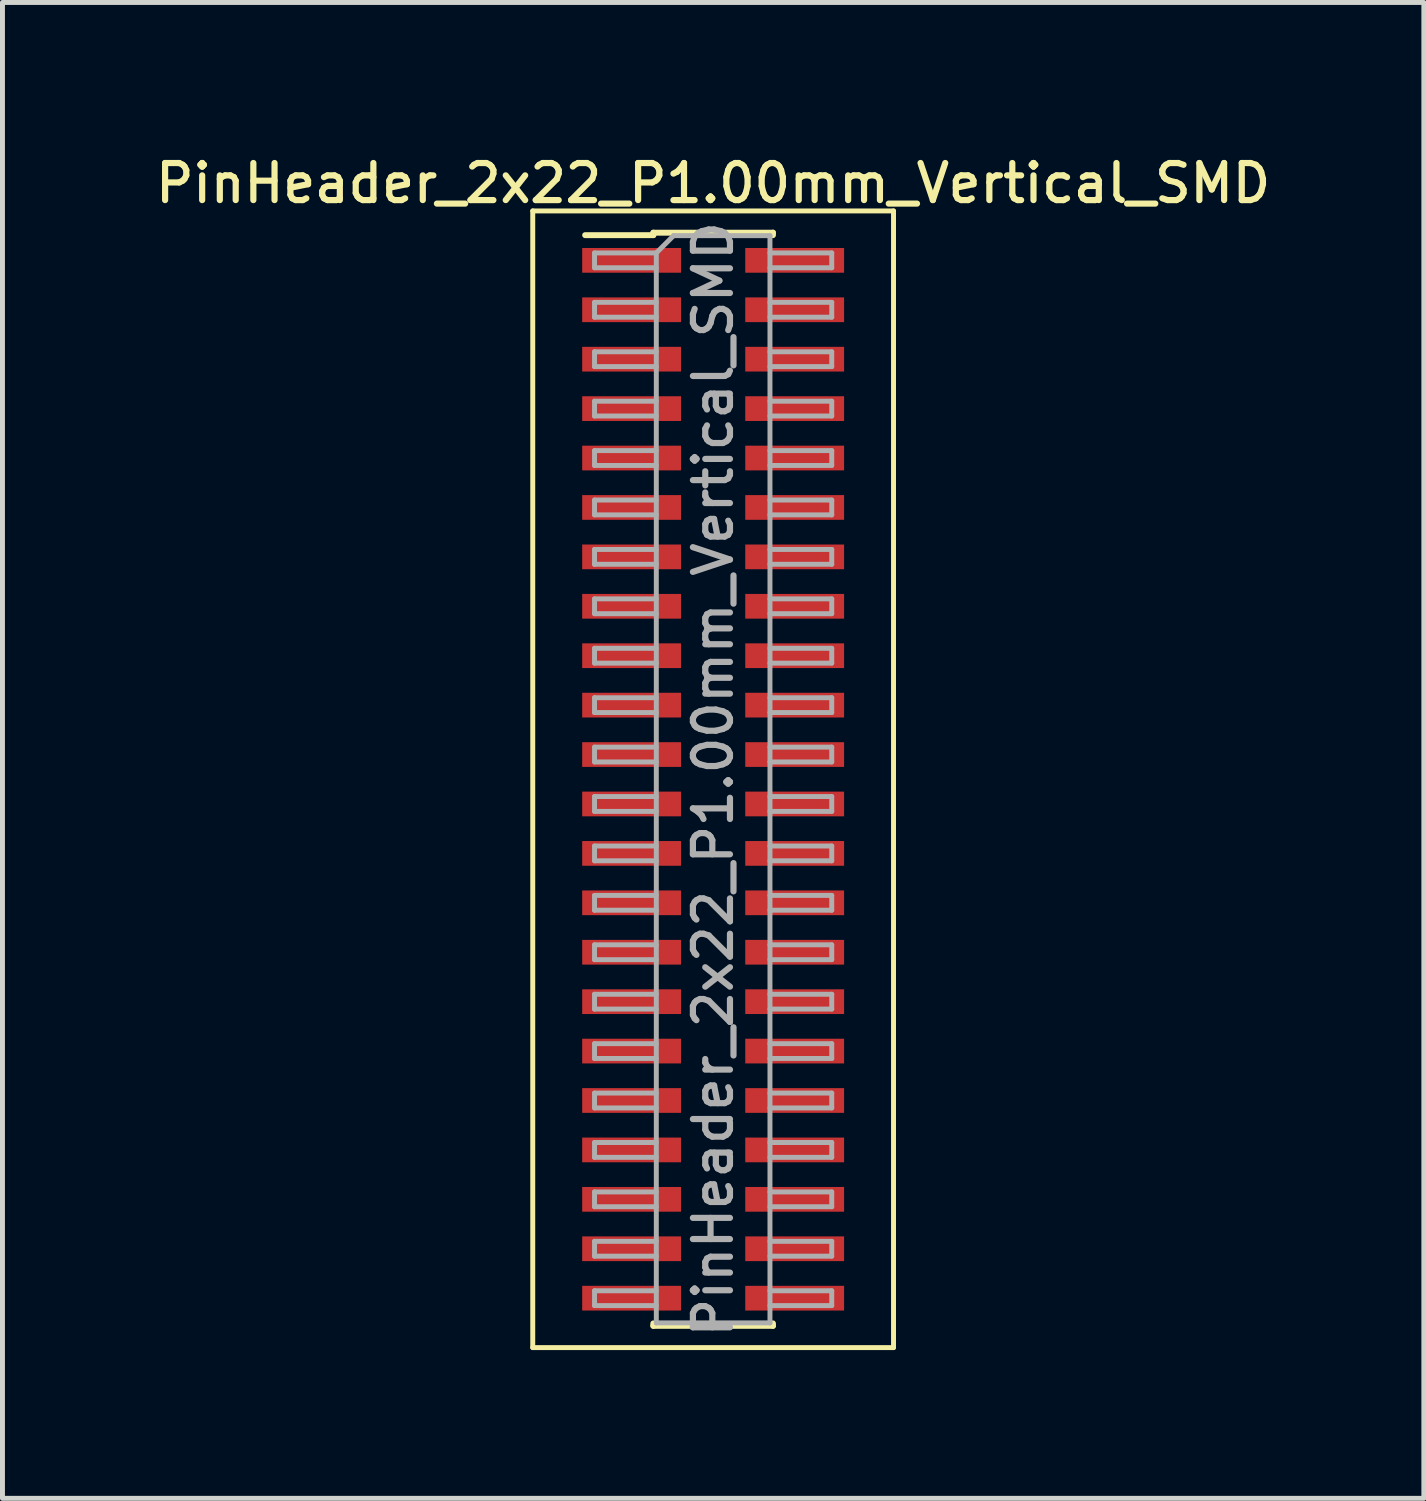
<source format=kicad_pcb>
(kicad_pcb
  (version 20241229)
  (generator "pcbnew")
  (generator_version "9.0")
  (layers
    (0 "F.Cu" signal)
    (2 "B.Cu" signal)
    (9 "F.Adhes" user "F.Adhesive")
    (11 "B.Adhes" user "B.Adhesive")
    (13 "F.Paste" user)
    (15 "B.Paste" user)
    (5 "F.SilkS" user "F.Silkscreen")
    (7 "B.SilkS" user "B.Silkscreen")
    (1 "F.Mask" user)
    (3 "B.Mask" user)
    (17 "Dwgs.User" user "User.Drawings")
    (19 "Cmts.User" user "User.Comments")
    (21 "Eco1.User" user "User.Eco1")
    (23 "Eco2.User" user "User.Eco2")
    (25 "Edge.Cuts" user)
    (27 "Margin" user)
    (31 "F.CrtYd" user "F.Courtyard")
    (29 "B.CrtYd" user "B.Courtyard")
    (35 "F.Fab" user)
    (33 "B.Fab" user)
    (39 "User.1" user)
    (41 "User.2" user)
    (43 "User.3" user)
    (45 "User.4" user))
  (footprint "PinHeader_2x22_P1.00mm_Vertical_SMD"
    (layer "F.Cu")
    (at 11.38 12.718)
    (property "Reference" "PinHeader_2x22_P1.00mm_Vertical_SMD" (at 0 -12.06 0) (layer "F.SilkS") (effects (font (size 0.75 0.75) (thickness 0.125))))
    (attr smd)
    (fp_line (start -3.65 -11.5) (end -3.65 11.5) (stroke (width 0.1) (type solid)) (layer "F.SilkS"))
    (fp_line (start -3.65 11.5) (end 3.65 11.5) (stroke (width 0.1) (type solid)) (layer "F.SilkS"))
    (fp_line (start -2.59 -11.01) (end -1.21 -11.01) (stroke (width 0.12) (type solid)) (layer "F.SilkS"))
    (fp_line (start -1.21 -11.06) (end -1.21 -11.01) (stroke (width 0.12) (type solid)) (layer "F.SilkS"))
    (fp_line (start -1.21 -11.06) (end 1.21 -11.06) (stroke (width 0.12) (type solid)) (layer "F.SilkS"))
    (fp_line (start -1.21 11.01) (end -1.21 11.06) (stroke (width 0.12) (type solid)) (layer "F.SilkS"))
    (fp_line (start -1.21 11.06) (end 1.21 11.06) (stroke (width 0.12) (type solid)) (layer "F.SilkS"))
    (fp_line (start 1.21 -11.06) (end 1.21 -11.01) (stroke (width 0.12) (type solid)) (layer "F.SilkS"))
    (fp_line (start 1.21 11.01) (end 1.21 11.06) (stroke (width 0.12) (type solid)) (layer "F.SilkS"))
    (fp_line (start 3.65 -11.5) (end -3.65 -11.5) (stroke (width 0.1) (type solid)) (layer "F.SilkS"))
    (fp_line (start 3.65 11.5) (end 3.65 -11.5) (stroke (width 0.1) (type solid)) (layer "F.SilkS"))
    (fp_line (start -2.4 -10.65) (end -2.4 -10.35) (stroke (width 0.1) (type solid)) (layer "F.Fab"))
    (fp_line (start -2.4 -10.35) (end -1.15 -10.35) (stroke (width 0.1) (type solid)) (layer "F.Fab"))
    (fp_line (start -2.4 -9.65) (end -2.4 -9.35) (stroke (width 0.1) (type solid)) (layer "F.Fab"))
    (fp_line (start -2.4 -9.35) (end -1.15 -9.35) (stroke (width 0.1) (type solid)) (layer "F.Fab"))
    (fp_line (start -2.4 -8.65) (end -2.4 -8.35) (stroke (width 0.1) (type solid)) (layer "F.Fab"))
    (fp_line (start -2.4 -8.35) (end -1.15 -8.35) (stroke (width 0.1) (type solid)) (layer "F.Fab"))
    (fp_line (start -2.4 -7.65) (end -2.4 -7.35) (stroke (width 0.1) (type solid)) (layer "F.Fab"))
    (fp_line (start -2.4 -7.35) (end -1.15 -7.35) (stroke (width 0.1) (type solid)) (layer "F.Fab"))
    (fp_line (start -2.4 -6.65) (end -2.4 -6.35) (stroke (width 0.1) (type solid)) (layer "F.Fab"))
    (fp_line (start -2.4 -6.35) (end -1.15 -6.35) (stroke (width 0.1) (type solid)) (layer "F.Fab"))
    (fp_line (start -2.4 -5.65) (end -2.4 -5.35) (stroke (width 0.1) (type solid)) (layer "F.Fab"))
    (fp_line (start -2.4 -5.35) (end -1.15 -5.35) (stroke (width 0.1) (type solid)) (layer "F.Fab"))
    (fp_line (start -2.4 -4.65) (end -2.4 -4.35) (stroke (width 0.1) (type solid)) (layer "F.Fab"))
    (fp_line (start -2.4 -4.35) (end -1.15 -4.35) (stroke (width 0.1) (type solid)) (layer "F.Fab"))
    (fp_line (start -2.4 -3.65) (end -2.4 -3.35) (stroke (width 0.1) (type solid)) (layer "F.Fab"))
    (fp_line (start -2.4 -3.35) (end -1.15 -3.35) (stroke (width 0.1) (type solid)) (layer "F.Fab"))
    (fp_line (start -2.4 -2.65) (end -2.4 -2.35) (stroke (width 0.1) (type solid)) (layer "F.Fab"))
    (fp_line (start -2.4 -2.35) (end -1.15 -2.35) (stroke (width 0.1) (type solid)) (layer "F.Fab"))
    (fp_line (start -2.4 -1.65) (end -2.4 -1.35) (stroke (width 0.1) (type solid)) (layer "F.Fab"))
    (fp_line (start -2.4 -1.35) (end -1.15 -1.35) (stroke (width 0.1) (type solid)) (layer "F.Fab"))
    (fp_line (start -2.4 -0.65) (end -2.4 -0.35) (stroke (width 0.1) (type solid)) (layer "F.Fab"))
    (fp_line (start -2.4 -0.35) (end -1.15 -0.35) (stroke (width 0.1) (type solid)) (layer "F.Fab"))
    (fp_line (start -2.4 0.35) (end -2.4 0.65) (stroke (width 0.1) (type solid)) (layer "F.Fab"))
    (fp_line (start -2.4 0.65) (end -1.15 0.65) (stroke (width 0.1) (type solid)) (layer "F.Fab"))
    (fp_line (start -2.4 1.35) (end -2.4 1.65) (stroke (width 0.1) (type solid)) (layer "F.Fab"))
    (fp_line (start -2.4 1.65) (end -1.15 1.65) (stroke (width 0.1) (type solid)) (layer "F.Fab"))
    (fp_line (start -2.4 2.35) (end -2.4 2.65) (stroke (width 0.1) (type solid)) (layer "F.Fab"))
    (fp_line (start -2.4 2.65) (end -1.15 2.65) (stroke (width 0.1) (type solid)) (layer "F.Fab"))
    (fp_line (start -2.4 3.35) (end -2.4 3.65) (stroke (width 0.1) (type solid)) (layer "F.Fab"))
    (fp_line (start -2.4 3.65) (end -1.15 3.65) (stroke (width 0.1) (type solid)) (layer "F.Fab"))
    (fp_line (start -2.4 4.35) (end -2.4 4.65) (stroke (width 0.1) (type solid)) (layer "F.Fab"))
    (fp_line (start -2.4 4.65) (end -1.15 4.65) (stroke (width 0.1) (type solid)) (layer "F.Fab"))
    (fp_line (start -2.4 5.35) (end -2.4 5.65) (stroke (width 0.1) (type solid)) (layer "F.Fab"))
    (fp_line (start -2.4 5.65) (end -1.15 5.65) (stroke (width 0.1) (type solid)) (layer "F.Fab"))
    (fp_line (start -2.4 6.35) (end -2.4 6.65) (stroke (width 0.1) (type solid)) (layer "F.Fab"))
    (fp_line (start -2.4 6.65) (end -1.15 6.65) (stroke (width 0.1) (type solid)) (layer "F.Fab"))
    (fp_line (start -2.4 7.35) (end -2.4 7.65) (stroke (width 0.1) (type solid)) (layer "F.Fab"))
    (fp_line (start -2.4 7.65) (end -1.15 7.65) (stroke (width 0.1) (type solid)) (layer "F.Fab"))
    (fp_line (start -2.4 8.35) (end -2.4 8.65) (stroke (width 0.1) (type solid)) (layer "F.Fab"))
    (fp_line (start -2.4 8.65) (end -1.15 8.65) (stroke (width 0.1) (type solid)) (layer "F.Fab"))
    (fp_line (start -2.4 9.35) (end -2.4 9.65) (stroke (width 0.1) (type solid)) (layer "F.Fab"))
    (fp_line (start -2.4 9.65) (end -1.15 9.65) (stroke (width 0.1) (type solid)) (layer "F.Fab"))
    (fp_line (start -2.4 10.35) (end -2.4 10.65) (stroke (width 0.1) (type solid)) (layer "F.Fab"))
    (fp_line (start -2.4 10.65) (end -1.15 10.65) (stroke (width 0.1) (type solid)) (layer "F.Fab"))
    (fp_line (start -1.15 -10.65) (end -2.4 -10.65) (stroke (width 0.1) (type solid)) (layer "F.Fab"))
    (fp_line (start -1.15 -10.65) (end -0.8 -11) (stroke (width 0.1) (type solid)) (layer "F.Fab"))
    (fp_line (start -1.15 -9.65) (end -2.4 -9.65) (stroke (width 0.1) (type solid)) (layer "F.Fab"))
    (fp_line (start -1.15 -8.65) (end -2.4 -8.65) (stroke (width 0.1) (type solid)) (layer "F.Fab"))
    (fp_line (start -1.15 -7.65) (end -2.4 -7.65) (stroke (width 0.1) (type solid)) (layer "F.Fab"))
    (fp_line (start -1.15 -6.65) (end -2.4 -6.65) (stroke (width 0.1) (type solid)) (layer "F.Fab"))
    (fp_line (start -1.15 -5.65) (end -2.4 -5.65) (stroke (width 0.1) (type solid)) (layer "F.Fab"))
    (fp_line (start -1.15 -4.65) (end -2.4 -4.65) (stroke (width 0.1) (type solid)) (layer "F.Fab"))
    (fp_line (start -1.15 -3.65) (end -2.4 -3.65) (stroke (width 0.1) (type solid)) (layer "F.Fab"))
    (fp_line (start -1.15 -2.65) (end -2.4 -2.65) (stroke (width 0.1) (type solid)) (layer "F.Fab"))
    (fp_line (start -1.15 -1.65) (end -2.4 -1.65) (stroke (width 0.1) (type solid)) (layer "F.Fab"))
    (fp_line (start -1.15 -0.65) (end -2.4 -0.65) (stroke (width 0.1) (type solid)) (layer "F.Fab"))
    (fp_line (start -1.15 0.35) (end -2.4 0.35) (stroke (width 0.1) (type solid)) (layer "F.Fab"))
    (fp_line (start -1.15 1.35) (end -2.4 1.35) (stroke (width 0.1) (type solid)) (layer "F.Fab"))
    (fp_line (start -1.15 2.35) (end -2.4 2.35) (stroke (width 0.1) (type solid)) (layer "F.Fab"))
    (fp_line (start -1.15 3.35) (end -2.4 3.35) (stroke (width 0.1) (type solid)) (layer "F.Fab"))
    (fp_line (start -1.15 4.35) (end -2.4 4.35) (stroke (width 0.1) (type solid)) (layer "F.Fab"))
    (fp_line (start -1.15 5.35) (end -2.4 5.35) (stroke (width 0.1) (type solid)) (layer "F.Fab"))
    (fp_line (start -1.15 6.35) (end -2.4 6.35) (stroke (width 0.1) (type solid)) (layer "F.Fab"))
    (fp_line (start -1.15 7.35) (end -2.4 7.35) (stroke (width 0.1) (type solid)) (layer "F.Fab"))
    (fp_line (start -1.15 8.35) (end -2.4 8.35) (stroke (width 0.1) (type solid)) (layer "F.Fab"))
    (fp_line (start -1.15 9.35) (end -2.4 9.35) (stroke (width 0.1) (type solid)) (layer "F.Fab"))
    (fp_line (start -1.15 10.35) (end -2.4 10.35) (stroke (width 0.1) (type solid)) (layer "F.Fab"))
    (fp_line (start -1.15 11) (end -1.15 -10.65) (stroke (width 0.1) (type solid)) (layer "F.Fab"))
    (fp_line (start -0.8 -11) (end 1.15 -11) (stroke (width 0.1) (type solid)) (layer "F.Fab"))
    (fp_line (start 1.15 -11) (end 1.15 11) (stroke (width 0.1) (type solid)) (layer "F.Fab"))
    (fp_line (start 1.15 -10.65) (end 2.4 -10.65) (stroke (width 0.1) (type solid)) (layer "F.Fab"))
    (fp_line (start 1.15 -9.65) (end 2.4 -9.65) (stroke (width 0.1) (type solid)) (layer "F.Fab"))
    (fp_line (start 1.15 -8.65) (end 2.4 -8.65) (stroke (width 0.1) (type solid)) (layer "F.Fab"))
    (fp_line (start 1.15 -7.65) (end 2.4 -7.65) (stroke (width 0.1) (type solid)) (layer "F.Fab"))
    (fp_line (start 1.15 -6.65) (end 2.4 -6.65) (stroke (width 0.1) (type solid)) (layer "F.Fab"))
    (fp_line (start 1.15 -5.65) (end 2.4 -5.65) (stroke (width 0.1) (type solid)) (layer "F.Fab"))
    (fp_line (start 1.15 -4.65) (end 2.4 -4.65) (stroke (width 0.1) (type solid)) (layer "F.Fab"))
    (fp_line (start 1.15 -3.65) (end 2.4 -3.65) (stroke (width 0.1) (type solid)) (layer "F.Fab"))
    (fp_line (start 1.15 -2.65) (end 2.4 -2.65) (stroke (width 0.1) (type solid)) (layer "F.Fab"))
    (fp_line (start 1.15 -1.65) (end 2.4 -1.65) (stroke (width 0.1) (type solid)) (layer "F.Fab"))
    (fp_line (start 1.15 -0.65) (end 2.4 -0.65) (stroke (width 0.1) (type solid)) (layer "F.Fab"))
    (fp_line (start 1.15 0.35) (end 2.4 0.35) (stroke (width 0.1) (type solid)) (layer "F.Fab"))
    (fp_line (start 1.15 1.35) (end 2.4 1.35) (stroke (width 0.1) (type solid)) (layer "F.Fab"))
    (fp_line (start 1.15 2.35) (end 2.4 2.35) (stroke (width 0.1) (type solid)) (layer "F.Fab"))
    (fp_line (start 1.15 3.35) (end 2.4 3.35) (stroke (width 0.1) (type solid)) (layer "F.Fab"))
    (fp_line (start 1.15 4.35) (end 2.4 4.35) (stroke (width 0.1) (type solid)) (layer "F.Fab"))
    (fp_line (start 1.15 5.35) (end 2.4 5.35) (stroke (width 0.1) (type solid)) (layer "F.Fab"))
    (fp_line (start 1.15 6.35) (end 2.4 6.35) (stroke (width 0.1) (type solid)) (layer "F.Fab"))
    (fp_line (start 1.15 7.35) (end 2.4 7.35) (stroke (width 0.1) (type solid)) (layer "F.Fab"))
    (fp_line (start 1.15 8.35) (end 2.4 8.35) (stroke (width 0.1) (type solid)) (layer "F.Fab"))
    (fp_line (start 1.15 9.35) (end 2.4 9.35) (stroke (width 0.1) (type solid)) (layer "F.Fab"))
    (fp_line (start 1.15 10.35) (end 2.4 10.35) (stroke (width 0.1) (type solid)) (layer "F.Fab"))
    (fp_line (start 1.15 11) (end -1.15 11) (stroke (width 0.1) (type solid)) (layer "F.Fab"))
    (fp_line (start 2.4 -10.65) (end 2.4 -10.35) (stroke (width 0.1) (type solid)) (layer "F.Fab"))
    (fp_line (start 2.4 -10.35) (end 1.15 -10.35) (stroke (width 0.1) (type solid)) (layer "F.Fab"))
    (fp_line (start 2.4 -9.65) (end 2.4 -9.35) (stroke (width 0.1) (type solid)) (layer "F.Fab"))
    (fp_line (start 2.4 -9.35) (end 1.15 -9.35) (stroke (width 0.1) (type solid)) (layer "F.Fab"))
    (fp_line (start 2.4 -8.65) (end 2.4 -8.35) (stroke (width 0.1) (type solid)) (layer "F.Fab"))
    (fp_line (start 2.4 -8.35) (end 1.15 -8.35) (stroke (width 0.1) (type solid)) (layer "F.Fab"))
    (fp_line (start 2.4 -7.65) (end 2.4 -7.35) (stroke (width 0.1) (type solid)) (layer "F.Fab"))
    (fp_line (start 2.4 -7.35) (end 1.15 -7.35) (stroke (width 0.1) (type solid)) (layer "F.Fab"))
    (fp_line (start 2.4 -6.65) (end 2.4 -6.35) (stroke (width 0.1) (type solid)) (layer "F.Fab"))
    (fp_line (start 2.4 -6.35) (end 1.15 -6.35) (stroke (width 0.1) (type solid)) (layer "F.Fab"))
    (fp_line (start 2.4 -5.65) (end 2.4 -5.35) (stroke (width 0.1) (type solid)) (layer "F.Fab"))
    (fp_line (start 2.4 -5.35) (end 1.15 -5.35) (stroke (width 0.1) (type solid)) (layer "F.Fab"))
    (fp_line (start 2.4 -4.65) (end 2.4 -4.35) (stroke (width 0.1) (type solid)) (layer "F.Fab"))
    (fp_line (start 2.4 -4.35) (end 1.15 -4.35) (stroke (width 0.1) (type solid)) (layer "F.Fab"))
    (fp_line (start 2.4 -3.65) (end 2.4 -3.35) (stroke (width 0.1) (type solid)) (layer "F.Fab"))
    (fp_line (start 2.4 -3.35) (end 1.15 -3.35) (stroke (width 0.1) (type solid)) (layer "F.Fab"))
    (fp_line (start 2.4 -2.65) (end 2.4 -2.35) (stroke (width 0.1) (type solid)) (layer "F.Fab"))
    (fp_line (start 2.4 -2.35) (end 1.15 -2.35) (stroke (width 0.1) (type solid)) (layer "F.Fab"))
    (fp_line (start 2.4 -1.65) (end 2.4 -1.35) (stroke (width 0.1) (type solid)) (layer "F.Fab"))
    (fp_line (start 2.4 -1.35) (end 1.15 -1.35) (stroke (width 0.1) (type solid)) (layer "F.Fab"))
    (fp_line (start 2.4 -0.65) (end 2.4 -0.35) (stroke (width 0.1) (type solid)) (layer "F.Fab"))
    (fp_line (start 2.4 -0.35) (end 1.15 -0.35) (stroke (width 0.1) (type solid)) (layer "F.Fab"))
    (fp_line (start 2.4 0.35) (end 2.4 0.65) (stroke (width 0.1) (type solid)) (layer "F.Fab"))
    (fp_line (start 2.4 0.65) (end 1.15 0.65) (stroke (width 0.1) (type solid)) (layer "F.Fab"))
    (fp_line (start 2.4 1.35) (end 2.4 1.65) (stroke (width 0.1) (type solid)) (layer "F.Fab"))
    (fp_line (start 2.4 1.65) (end 1.15 1.65) (stroke (width 0.1) (type solid)) (layer "F.Fab"))
    (fp_line (start 2.4 2.35) (end 2.4 2.65) (stroke (width 0.1) (type solid)) (layer "F.Fab"))
    (fp_line (start 2.4 2.65) (end 1.15 2.65) (stroke (width 0.1) (type solid)) (layer "F.Fab"))
    (fp_line (start 2.4 3.35) (end 2.4 3.65) (stroke (width 0.1) (type solid)) (layer "F.Fab"))
    (fp_line (start 2.4 3.65) (end 1.15 3.65) (stroke (width 0.1) (type solid)) (layer "F.Fab"))
    (fp_line (start 2.4 4.35) (end 2.4 4.65) (stroke (width 0.1) (type solid)) (layer "F.Fab"))
    (fp_line (start 2.4 4.65) (end 1.15 4.65) (stroke (width 0.1) (type solid)) (layer "F.Fab"))
    (fp_line (start 2.4 5.35) (end 2.4 5.65) (stroke (width 0.1) (type solid)) (layer "F.Fab"))
    (fp_line (start 2.4 5.65) (end 1.15 5.65) (stroke (width 0.1) (type solid)) (layer "F.Fab"))
    (fp_line (start 2.4 6.35) (end 2.4 6.65) (stroke (width 0.1) (type solid)) (layer "F.Fab"))
    (fp_line (start 2.4 6.65) (end 1.15 6.65) (stroke (width 0.1) (type solid)) (layer "F.Fab"))
    (fp_line (start 2.4 7.35) (end 2.4 7.65) (stroke (width 0.1) (type solid)) (layer "F.Fab"))
    (fp_line (start 2.4 7.65) (end 1.15 7.65) (stroke (width 0.1) (type solid)) (layer "F.Fab"))
    (fp_line (start 2.4 8.35) (end 2.4 8.65) (stroke (width 0.1) (type solid)) (layer "F.Fab"))
    (fp_line (start 2.4 8.65) (end 1.15 8.65) (stroke (width 0.1) (type solid)) (layer "F.Fab"))
    (fp_line (start 2.4 9.35) (end 2.4 9.65) (stroke (width 0.1) (type solid)) (layer "F.Fab"))
    (fp_line (start 2.4 9.65) (end 1.15 9.65) (stroke (width 0.1) (type solid)) (layer "F.Fab"))
    (fp_line (start 2.4 10.35) (end 2.4 10.65) (stroke (width 0.1) (type solid)) (layer "F.Fab"))
    (fp_line (start 2.4 10.65) (end 1.15 10.65) (stroke (width 0.1) (type solid)) (layer "F.Fab"))
    (fp_text user "${REFERENCE}" (at 0 0 90) (layer "F.Fab") (effects (font (size 0.75 0.75) (thickness 0.125))))
    (pad "1" smd rect (at -1.65 -10.5) (size 2 0.5) (layers "F.Cu" "F.Mask" "F.Paste"))
    (pad "2" smd rect (at 1.65 -10.5) (size 2 0.5) (layers "F.Cu" "F.Mask" "F.Paste"))
    (pad "3" smd rect (at -1.65 -9.5) (size 2 0.5) (layers "F.Cu" "F.Mask" "F.Paste"))
    (pad "4" smd rect (at 1.65 -9.5) (size 2 0.5) (layers "F.Cu" "F.Mask" "F.Paste"))
    (pad "5" smd rect (at -1.65 -8.5) (size 2 0.5) (layers "F.Cu" "F.Mask" "F.Paste"))
    (pad "6" smd rect (at 1.65 -8.5) (size 2 0.5) (layers "F.Cu" "F.Mask" "F.Paste"))
    (pad "7" smd rect (at -1.65 -7.5) (size 2 0.5) (layers "F.Cu" "F.Mask" "F.Paste"))
    (pad "8" smd rect (at 1.65 -7.5) (size 2 0.5) (layers "F.Cu" "F.Mask" "F.Paste"))
    (pad "9" smd rect (at -1.65 -6.5) (size 2 0.5) (layers "F.Cu" "F.Mask" "F.Paste"))
    (pad "10" smd rect (at 1.65 -6.5) (size 2 0.5) (layers "F.Cu" "F.Mask" "F.Paste"))
    (pad "11" smd rect (at -1.65 -5.5) (size 2 0.5) (layers "F.Cu" "F.Mask" "F.Paste"))
    (pad "12" smd rect (at 1.65 -5.5) (size 2 0.5) (layers "F.Cu" "F.Mask" "F.Paste"))
    (pad "13" smd rect (at -1.65 -4.5) (size 2 0.5) (layers "F.Cu" "F.Mask" "F.Paste"))
    (pad "14" smd rect (at 1.65 -4.5) (size 2 0.5) (layers "F.Cu" "F.Mask" "F.Paste"))
    (pad "15" smd rect (at -1.65 -3.5) (size 2 0.5) (layers "F.Cu" "F.Mask" "F.Paste"))
    (pad "16" smd rect (at 1.65 -3.5) (size 2 0.5) (layers "F.Cu" "F.Mask" "F.Paste"))
    (pad "17" smd rect (at -1.65 -2.5) (size 2 0.5) (layers "F.Cu" "F.Mask" "F.Paste"))
    (pad "18" smd rect (at 1.65 -2.5) (size 2 0.5) (layers "F.Cu" "F.Mask" "F.Paste"))
    (pad "19" smd rect (at -1.65 -1.5) (size 2 0.5) (layers "F.Cu" "F.Mask" "F.Paste"))
    (pad "20" smd rect (at 1.65 -1.5) (size 2 0.5) (layers "F.Cu" "F.Mask" "F.Paste"))
    (pad "21" smd rect (at -1.65 -0.5) (size 2 0.5) (layers "F.Cu" "F.Mask" "F.Paste"))
    (pad "22" smd rect (at 1.65 -0.5) (size 2 0.5) (layers "F.Cu" "F.Mask" "F.Paste"))
    (pad "23" smd rect (at -1.65 0.5) (size 2 0.5) (layers "F.Cu" "F.Mask" "F.Paste"))
    (pad "24" smd rect (at 1.65 0.5) (size 2 0.5) (layers "F.Cu" "F.Mask" "F.Paste"))
    (pad "25" smd rect (at -1.65 1.5) (size 2 0.5) (layers "F.Cu" "F.Mask" "F.Paste"))
    (pad "26" smd rect (at 1.65 1.5) (size 2 0.5) (layers "F.Cu" "F.Mask" "F.Paste"))
    (pad "27" smd rect (at -1.65 2.5) (size 2 0.5) (layers "F.Cu" "F.Mask" "F.Paste"))
    (pad "28" smd rect (at 1.65 2.5) (size 2 0.5) (layers "F.Cu" "F.Mask" "F.Paste"))
    (pad "29" smd rect (at -1.65 3.5) (size 2 0.5) (layers "F.Cu" "F.Mask" "F.Paste"))
    (pad "30" smd rect (at 1.65 3.5) (size 2 0.5) (layers "F.Cu" "F.Mask" "F.Paste"))
    (pad "31" smd rect (at -1.65 4.5) (size 2 0.5) (layers "F.Cu" "F.Mask" "F.Paste"))
    (pad "32" smd rect (at 1.65 4.5) (size 2 0.5) (layers "F.Cu" "F.Mask" "F.Paste"))
    (pad "33" smd rect (at -1.65 5.5) (size 2 0.5) (layers "F.Cu" "F.Mask" "F.Paste"))
    (pad "34" smd rect (at 1.65 5.5) (size 2 0.5) (layers "F.Cu" "F.Mask" "F.Paste"))
    (pad "35" smd rect (at -1.65 6.5) (size 2 0.5) (layers "F.Cu" "F.Mask" "F.Paste"))
    (pad "36" smd rect (at 1.65 6.5) (size 2 0.5) (layers "F.Cu" "F.Mask" "F.Paste"))
    (pad "37" smd rect (at -1.65 7.5) (size 2 0.5) (layers "F.Cu" "F.Mask" "F.Paste"))
    (pad "38" smd rect (at 1.65 7.5) (size 2 0.5) (layers "F.Cu" "F.Mask" "F.Paste"))
    (pad "39" smd rect (at -1.65 8.5) (size 2 0.5) (layers "F.Cu" "F.Mask" "F.Paste"))
    (pad "40" smd rect (at 1.65 8.5) (size 2 0.5) (layers "F.Cu" "F.Mask" "F.Paste"))
    (pad "41" smd rect (at -1.65 9.5) (size 2 0.5) (layers "F.Cu" "F.Mask" "F.Paste"))
    (pad "42" smd rect (at 1.65 9.5) (size 2 0.5) (layers "F.Cu" "F.Mask" "F.Paste"))
    (pad "43" smd rect (at -1.65 10.5) (size 2 0.5) (layers "F.Cu" "F.Mask" "F.Paste"))
    (pad "44" smd rect (at 1.65 10.5) (size 2 0.5) (layers "F.Cu" "F.Mask" "F.Paste")))
  (gr_rect
    (start -3 -3)
    (end 25.761 27.268)
    (stroke (width 0.1) (type default))
    (fill no)
    (layer "Edge.Cuts")))
</source>
